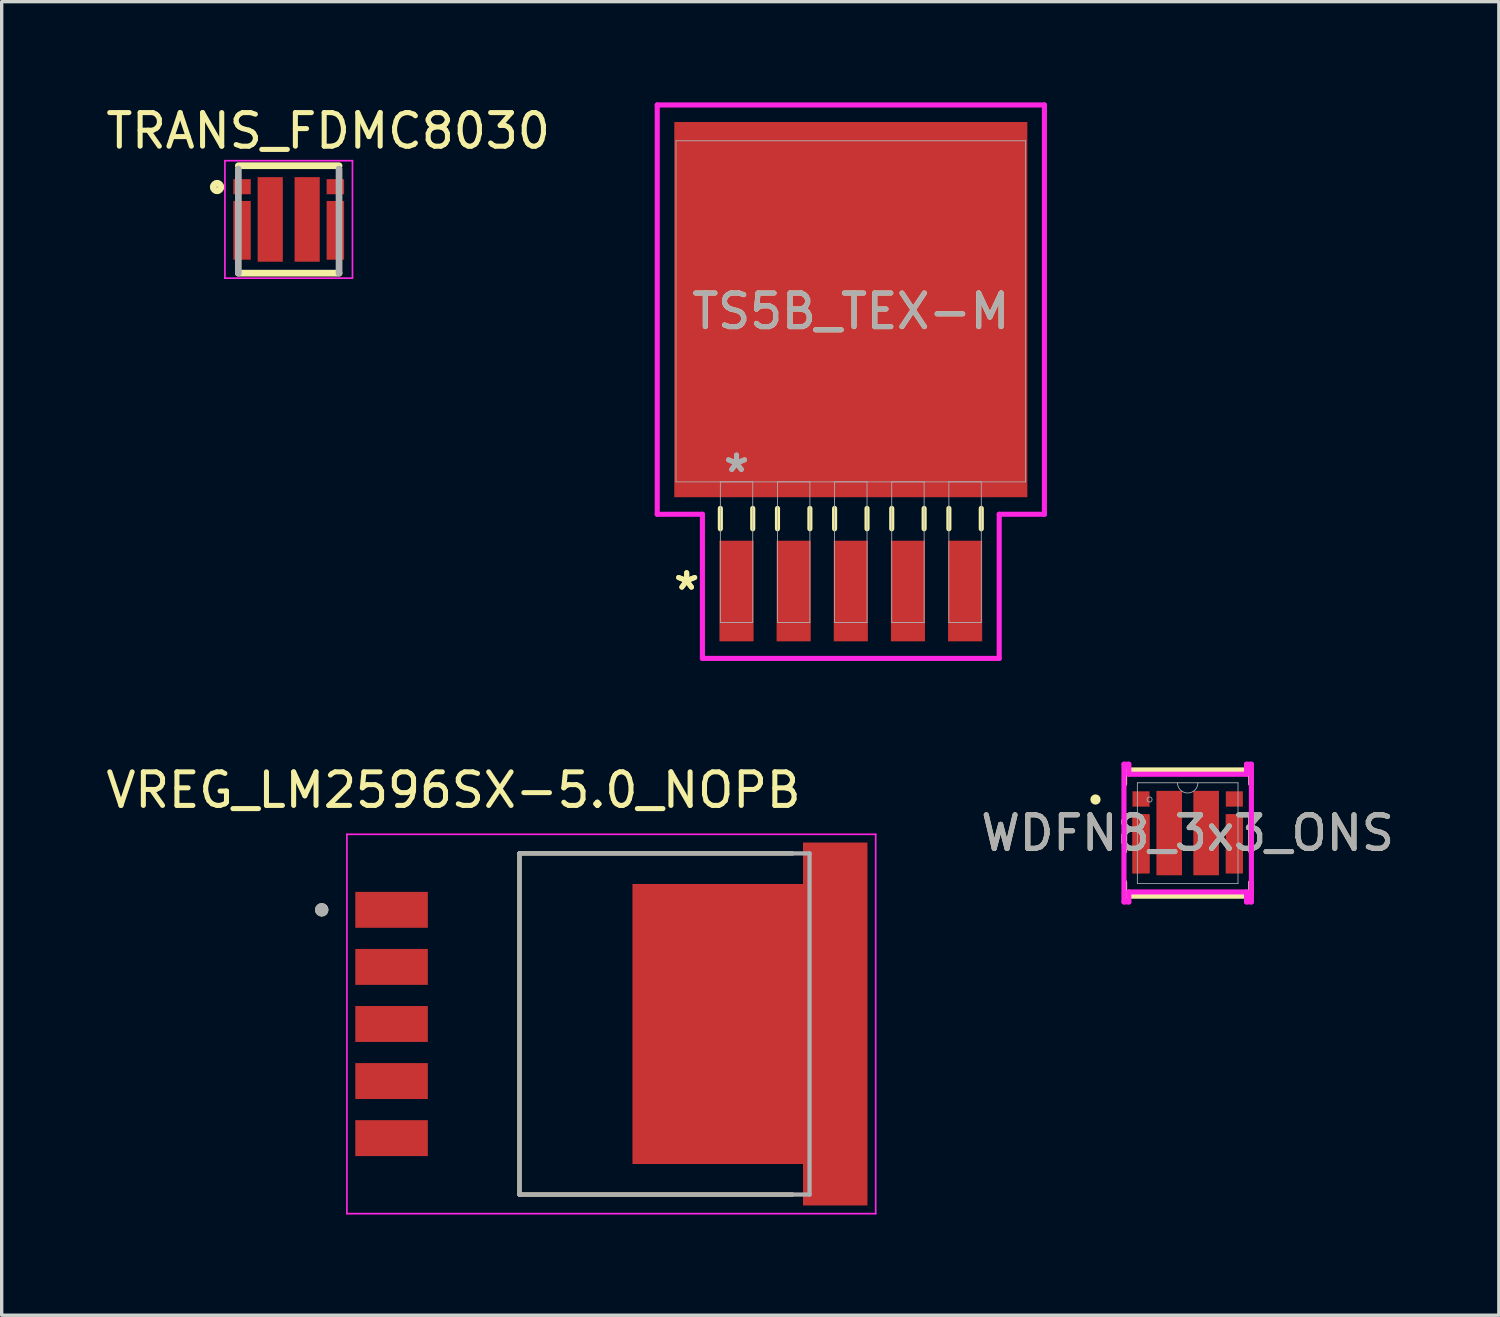
<source format=kicad_pcb>
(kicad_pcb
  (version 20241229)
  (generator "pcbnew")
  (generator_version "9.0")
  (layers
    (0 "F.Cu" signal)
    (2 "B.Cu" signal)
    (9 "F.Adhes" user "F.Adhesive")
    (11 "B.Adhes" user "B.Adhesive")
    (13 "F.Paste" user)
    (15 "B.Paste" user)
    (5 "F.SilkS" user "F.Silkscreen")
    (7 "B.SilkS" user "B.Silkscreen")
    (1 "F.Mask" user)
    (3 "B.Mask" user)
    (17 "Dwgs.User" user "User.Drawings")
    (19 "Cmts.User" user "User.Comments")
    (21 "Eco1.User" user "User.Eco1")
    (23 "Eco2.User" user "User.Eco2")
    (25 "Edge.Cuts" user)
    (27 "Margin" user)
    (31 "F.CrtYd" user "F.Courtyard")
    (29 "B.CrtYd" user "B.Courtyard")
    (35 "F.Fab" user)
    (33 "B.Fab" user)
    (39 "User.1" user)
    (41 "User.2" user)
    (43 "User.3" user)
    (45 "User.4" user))
  (footprint "TRANS_FDMC8030"
    (layer "F.Cu")
    (at 5.549 3.486)
    (property "Reference" "TRANS_FDMC8030" (at 1.176 -2.637 0) (layer "F.SilkS") (effects (font (size 1.001 1.001) (thickness 0.15))))
    (attr smd)
    (fp_line (start -1.5 1.6) (end 1.5 1.6) (stroke (width 0.2) (type solid)) (layer "F.SilkS"))
    (fp_line (start 1.5 -1.6) (end -1.5 -1.6) (stroke (width 0.2) (type solid)) (layer "F.SilkS"))
    (fp_circle (center -2.134 -0.965) (end -2.022 -0.965) (stroke (width 0.2) (type solid)) (fill no) (layer "F.SilkS"))
    (fp_line (start -1.9 -1.75) (end 1.9 -1.75) (stroke (width 0.05) (type solid)) (layer "F.CrtYd"))
    (fp_line (start -1.9 1.75) (end -1.9 -1.75) (stroke (width 0.05) (type solid)) (layer "F.CrtYd"))
    (fp_line (start 1.9 -1.75) (end 1.9 1.75) (stroke (width 0.05) (type solid)) (layer "F.CrtYd"))
    (fp_line (start 1.9 1.75) (end -1.9 1.75) (stroke (width 0.05) (type solid)) (layer "F.CrtYd"))
    (fp_line (start -1.499 -1.5) (end -1.5 1.6) (stroke (width 0.2) (type solid)) (layer "F.Fab"))
    (fp_line (start 1.5 1.6) (end 1.5 -1.5) (stroke (width 0.2) (type solid)) (layer "F.Fab"))
    (pad "1" smd rect (at -1.39 -0.975) (size 0.52 0.45) (layers "F.Cu" "F.Mask" "F.Paste"))
    (pad "4" smd rect (at -1.39 0.325) (size 0.52 1.75) (layers "F.Cu" "F.Mask" "F.Paste"))
    (pad "5" smd rect (at 1.39 0.325) (size 0.52 1.75) (layers "F.Cu" "F.Mask" "F.Paste"))
    (pad "8" smd rect (at 1.39 -0.975) (size 0.52 0.45) (layers "F.Cu" "F.Mask" "F.Paste"))
    (pad "9" smd rect (at 0.55 0) (size 0.75 2.52) (layers "F.Cu" "F.Mask" "F.Paste"))
    (pad "10" smd rect (at -0.55 0) (size 0.75 2.52) (layers "F.Cu" "F.Mask" "F.Paste")))
  (footprint "WDFN8_3x3_ONS"
    (layer "F.Cu")
    (at 32.326 21.764)
    (property "Reference" "WDFN8_3x3_ONS" (at 0 0 0) (unlocked yes) (layer "F.SilkS") (effects (font (size 1 1) (thickness 0.15))))
    (attr smd)
    (fp_poly (pts (xy -1.644 -0.559) (xy -1.136 -0.559) (xy -1.136 1.199) (xy -1.644 1.201)) (stroke (width 0) (type solid)) (fill yes) (layer "F.Cu"))
    (fp_poly (pts (xy 1.136 -0.559) (xy 1.644 -0.559) (xy 1.644 1.199) (xy 1.136 1.199)) (stroke (width 0) (type solid)) (fill yes) (layer "F.Cu"))
    (fp_poly (pts (xy -1.644 -1.245) (xy -1.644 -0.787) (xy -1.136 -0.787) (xy -1.136 -1.245)) (stroke (width 0) (type solid)) (fill yes) (layer "F.Mask"))
    (fp_poly (pts (xy -1.644 -0.559) (xy -1.136 -0.559) (xy -1.136 1.199) (xy -1.644 1.201)) (stroke (width 0) (type solid)) (fill yes) (layer "F.Mask"))
    (fp_poly (pts (xy -1.644 0.771) (xy -1.644 1.229) (xy -1.136 1.229) (xy -1.136 0.771)) (stroke (width 0) (type solid)) (fill yes) (layer "F.Mask"))
    (fp_poly (pts (xy 1.129 -1.245) (xy 1.129 -0.787) (xy 1.637 -0.787) (xy 1.637 -1.245)) (stroke (width 0) (type solid)) (fill yes) (layer "F.Mask"))
    (fp_poly (pts (xy 1.136 -0.559) (xy 1.644 -0.559) (xy 1.644 1.199) (xy 1.136 1.199)) (stroke (width 0) (type solid)) (fill yes) (layer "F.Mask"))
    (fp_poly (pts (xy 1.136 0.771) (xy 1.136 1.229) (xy 1.644 1.229) (xy 1.644 0.771)) (stroke (width 0) (type solid)) (fill yes) (layer "F.Mask"))
    (fp_line (start -1.88 -1.88) (end -1.88 -1.464) (stroke (width 0.152) (type solid)) (layer "F.SilkS"))
    (fp_line (start -1.88 -0.536) (end -1.88 0.536) (stroke (width 0.152) (type solid)) (layer "F.SilkS"))
    (fp_line (start -1.88 1.464) (end -1.88 1.88) (stroke (width 0.152) (type solid)) (layer "F.SilkS"))
    (fp_line (start -1.88 1.88) (end 1.88 1.88) (stroke (width 0.152) (type solid)) (layer "F.SilkS"))
    (fp_line (start 1.88 -1.88) (end -1.88 -1.88) (stroke (width 0.152) (type solid)) (layer "F.SilkS"))
    (fp_line (start 1.88 -1.464) (end 1.88 -1.88) (stroke (width 0.152) (type solid)) (layer "F.SilkS"))
    (fp_line (start 1.88 0.536) (end 1.88 -0.536) (stroke (width 0.152) (type solid)) (layer "F.SilkS"))
    (fp_line (start 1.88 1.88) (end 1.88 1.464) (stroke (width 0.152) (type solid)) (layer "F.SilkS"))
    (fp_circle (center -2.746 -1) (end -2.669 -1) (stroke (width 0.152) (type solid)) (fill no) (layer "F.SilkS"))
    (fp_poly (pts (xy -1.644 -1.245) (xy -1.644 -0.787) (xy -1.136 -0.787) (xy -1.136 -1.245)) (stroke (width 0) (type solid)) (fill yes) (layer "F.Paste"))
    (fp_poly (pts (xy -1.644 -0.559) (xy -1.136 -0.559) (xy -1.136 1.199) (xy -1.644 1.201)) (stroke (width 0) (type solid)) (fill yes) (layer "F.Paste"))
    (fp_poly (pts (xy -1.644 0.771) (xy -1.644 1.229) (xy -1.136 1.229) (xy -1.136 0.771)) (stroke (width 0) (type solid)) (fill yes) (layer "F.Paste"))
    (fp_poly (pts (xy -0.381 -1.257) (xy -0.381 1.257) (xy 0.381 1.257) (xy 0.381 -1.257)) (stroke (width 0) (type solid)) (fill yes) (layer "F.Paste"))
    (fp_poly (pts (xy 1.129 -1.245) (xy 1.129 -0.787) (xy 1.637 -0.787) (xy 1.637 -1.245)) (stroke (width 0) (type solid)) (fill yes) (layer "F.Paste"))
    (fp_poly (pts (xy 1.136 -0.559) (xy 1.644 -0.559) (xy 1.644 1.199) (xy 1.136 1.199)) (stroke (width 0) (type solid)) (fill yes) (layer "F.Paste"))
    (fp_poly (pts (xy 1.136 0.771) (xy 1.136 1.229) (xy 1.644 1.229) (xy 1.644 0.771)) (stroke (width 0) (type solid)) (fill yes) (layer "F.Paste"))
    (fp_line (start -1.898 -2.051) (end -1.753 -2.051) (stroke (width 0.152) (type solid)) (layer "F.CrtYd"))
    (fp_line (start -1.898 2.051) (end -1.898 -2.051) (stroke (width 0.152) (type solid)) (layer "F.CrtYd"))
    (fp_line (start -1.898 2.051) (end -1.753 2.051) (stroke (width 0.152) (type solid)) (layer "F.CrtYd"))
    (fp_line (start -1.753 -2.051) (end -1.753 -1.753) (stroke (width 0.152) (type solid)) (layer "F.CrtYd"))
    (fp_line (start -1.753 -1.753) (end 1.753 -1.753) (stroke (width 0.152) (type solid)) (layer "F.CrtYd"))
    (fp_line (start -1.753 1.753) (end -1.753 2.051) (stroke (width 0.152) (type solid)) (layer "F.CrtYd"))
    (fp_line (start 1.753 -1.753) (end 1.753 -2.051) (stroke (width 0.152) (type solid)) (layer "F.CrtYd"))
    (fp_line (start 1.753 1.753) (end -1.753 1.753) (stroke (width 0.152) (type solid)) (layer "F.CrtYd"))
    (fp_line (start 1.753 2.051) (end 1.753 1.753) (stroke (width 0.152) (type solid)) (layer "F.CrtYd"))
    (fp_line (start 1.898 -2.051) (end 1.753 -2.051) (stroke (width 0.152) (type solid)) (layer "F.CrtYd"))
    (fp_line (start 1.898 -2.051) (end 1.898 2.051) (stroke (width 0.152) (type solid)) (layer "F.CrtYd"))
    (fp_line (start 1.898 2.051) (end 1.753 2.051) (stroke (width 0.152) (type solid)) (layer "F.CrtYd"))
    (fp_line (start -1.499 -1.499) (end -1.499 1.499) (stroke (width 0.025) (type solid)) (layer "F.Fab"))
    (fp_line (start -1.499 1.499) (end 1.499 1.499) (stroke (width 0.025) (type solid)) (layer "F.Fab"))
    (fp_line (start 1.499 -1.499) (end -1.499 -1.499) (stroke (width 0.025) (type solid)) (layer "F.Fab"))
    (fp_line (start 1.499 1.499) (end 1.499 -1.499) (stroke (width 0.025) (type solid)) (layer "F.Fab"))
    (fp_arc (start 0.3048 -1.4986) (mid 0 -1.1938) (end -0.3048 -1.4986) (stroke (width 0.0254) (type solid)) (layer "F.Fab"))
    (fp_circle (center -1.136 -1) (end -1.06 -1) (stroke (width 0.025) (type solid)) (fill no) (layer "F.Fab"))
    (fp_text user "${REFERENCE}" (at 0 0 0) (unlocked yes) (layer "F.Fab") (effects (font (size 1 1) (thickness 0.15))))
    (pad "1" smd rect (at -1.39 -1.016) (size 0.508 0.457) (layers "F.Cu" "F.Mask" "F.Paste"))
    (pad "2" smd rect (at -1.39 0.32) (size 0.508 1.757) (layers "F.Cu" "F.Mask" "F.Paste"))
    (pad "7" smd rect (at 1.39 0.317) (size 0.508 1.762) (layers "F.Cu" "F.Mask" "F.Paste"))
    (pad "8" smd rect (at 1.39 -1.016) (size 0.508 0.457) (layers "F.Cu" "F.Mask" "F.Paste"))
    (pad "9" smd rect (at 0.55 0) (size 0.762 2.515) (layers "F.Cu" "F.Mask"))
    (pad "10" smd rect (at -0.55 0) (size 0.762 2.515) (layers "F.Cu" "F.Mask")))
  (footprint "VREG_LM2596SX-5.0_NOPB"
    (layer "F.Cu")
    (at 15.158 27.45)
    (property "Reference" "VREG_LM2596SX-5.0_NOPB" (at -4.7 -6.965 0) (layer "F.SilkS") (effects (font (size 1 1) (thickness 0.15))))
    (attr smd)
    (fp_poly (pts (xy 0.535 -4.265) (xy 0.535 4.265) (xy 5.615 4.265) (xy 5.615 5.5) (xy 7.725 5.5) (xy 7.725 -5.5) (xy 5.615 -5.5) (xy 5.615 -4.265)) (stroke (width 0.01) (type solid)) (fill yes) (layer "F.Mask"))
    (fp_line (start -2.735 -5.08) (end -2.735 5.08) (stroke (width 0.127) (type solid)) (layer "F.SilkS"))
    (fp_line (start -2.735 5.08) (end 5.395 5.08) (stroke (width 0.127) (type solid)) (layer "F.SilkS"))
    (fp_line (start 5.395 -5.08) (end -2.735 -5.08) (stroke (width 0.127) (type solid)) (layer "F.SilkS"))
    (fp_circle (center -8.625 -3.4) (end -8.525 -3.4) (stroke (width 0.2) (type solid)) (fill no) (layer "F.SilkS"))
    (fp_poly (pts (xy 1.205 -3.875) (xy 2.605 -3.875) (xy 2.605 -2.365) (xy 1.205 -2.365)) (stroke (width 0.01) (type solid)) (fill yes) (layer "F.Paste"))
    (fp_poly (pts (xy 1.205 -1.795) (xy 2.605 -1.795) (xy 2.605 -0.285) (xy 1.205 -0.285)) (stroke (width 0.01) (type solid)) (fill yes) (layer "F.Paste"))
    (fp_poly (pts (xy 1.205 0.285) (xy 2.605 0.285) (xy 2.605 1.795) (xy 1.205 1.795)) (stroke (width 0.01) (type solid)) (fill yes) (layer "F.Paste"))
    (fp_poly (pts (xy 1.205 2.365) (xy 2.605 2.365) (xy 2.605 3.875) (xy 1.205 3.875)) (stroke (width 0.01) (type solid)) (fill yes) (layer "F.Paste"))
    (fp_poly (pts (xy 3.745 -3.875) (xy 5.145 -3.875) (xy 5.145 -2.365) (xy 3.745 -2.365)) (stroke (width 0.01) (type solid)) (fill yes) (layer "F.Paste"))
    (fp_poly (pts (xy 3.745 -1.795) (xy 5.145 -1.795) (xy 5.145 -0.285) (xy 3.745 -0.285)) (stroke (width 0.01) (type solid)) (fill yes) (layer "F.Paste"))
    (fp_poly (pts (xy 3.745 0.285) (xy 5.145 0.285) (xy 5.145 1.795) (xy 3.745 1.795)) (stroke (width 0.01) (type solid)) (fill yes) (layer "F.Paste"))
    (fp_poly (pts (xy 3.745 2.365) (xy 5.145 2.365) (xy 5.145 3.875) (xy 3.745 3.875)) (stroke (width 0.01) (type solid)) (fill yes) (layer "F.Paste"))
    (fp_poly (pts (xy 6.245 -5.335) (xy 7.095 -5.335) (xy 7.095 -4.115) (xy 6.245 -4.115)) (stroke (width 0.01) (type solid)) (fill yes) (layer "F.Paste"))
    (fp_poly (pts (xy 6.245 -3.985) (xy 7.095 -3.985) (xy 7.095 -2.765) (xy 6.245 -2.765)) (stroke (width 0.01) (type solid)) (fill yes) (layer "F.Paste"))
    (fp_poly (pts (xy 6.245 -2.635) (xy 7.095 -2.635) (xy 7.095 -1.415) (xy 6.245 -1.415)) (stroke (width 0.01) (type solid)) (fill yes) (layer "F.Paste"))
    (fp_poly (pts (xy 6.245 -1.285) (xy 7.095 -1.285) (xy 7.095 -0.065) (xy 6.245 -0.065)) (stroke (width 0.01) (type solid)) (fill yes) (layer "F.Paste"))
    (fp_poly (pts (xy 6.245 0.065) (xy 7.095 0.065) (xy 7.095 1.285) (xy 6.245 1.285)) (stroke (width 0.01) (type solid)) (fill yes) (layer "F.Paste"))
    (fp_poly (pts (xy 6.245 1.415) (xy 7.095 1.415) (xy 7.095 2.635) (xy 6.245 2.635)) (stroke (width 0.01) (type solid)) (fill yes) (layer "F.Paste"))
    (fp_poly (pts (xy 6.245 2.765) (xy 7.095 2.765) (xy 7.095 3.985) (xy 6.245 3.985)) (stroke (width 0.01) (type solid)) (fill yes) (layer "F.Paste"))
    (fp_poly (pts (xy 6.245 4.115) (xy 7.095 4.115) (xy 7.095 5.335) (xy 6.245 5.335)) (stroke (width 0.01) (type solid)) (fill yes) (layer "F.Paste"))
    (fp_line (start -7.875 -5.65) (end -7.875 5.65) (stroke (width 0.05) (type solid)) (layer "F.CrtYd"))
    (fp_line (start -7.875 5.65) (end 7.875 5.65) (stroke (width 0.05) (type solid)) (layer "F.CrtYd"))
    (fp_line (start 7.875 -5.65) (end -7.875 -5.65) (stroke (width 0.05) (type solid)) (layer "F.CrtYd"))
    (fp_line (start 7.875 5.65) (end 7.875 -5.65) (stroke (width 0.05) (type solid)) (layer "F.CrtYd"))
    (fp_line (start -2.735 -5.08) (end -2.735 5.08) (stroke (width 0.127) (type solid)) (layer "F.Fab"))
    (fp_line (start -2.735 5.08) (end 5.905 5.08) (stroke (width 0.127) (type solid)) (layer "F.Fab"))
    (fp_line (start 5.905 -5.08) (end -2.735 -5.08) (stroke (width 0.127) (type solid)) (layer "F.Fab"))
    (fp_line (start 5.905 5.08) (end 5.905 -5.08) (stroke (width 0.127) (type solid)) (layer "F.Fab"))
    (fp_circle (center -8.625 -3.4) (end -8.525 -3.4) (stroke (width 0.2) (type solid)) (fill no) (layer "F.Fab"))
    (pad "1" smd rect (at -6.545 -3.4) (size 2.16 1.07) (layers "F.Cu" "F.Mask" "F.Paste"))
    (pad "2" smd rect (at -6.545 -1.7) (size 2.16 1.07) (layers "F.Cu" "F.Mask" "F.Paste"))
    (pad "3" smd rect (at -6.545 0) (size 2.16 1.07) (layers "F.Cu" "F.Mask" "F.Paste"))
    (pad "4" smd rect (at -6.545 1.7) (size 2.16 1.07) (layers "F.Cu" "F.Mask" "F.Paste"))
    (pad "5" smd rect (at -6.545 3.4) (size 2.16 1.07) (layers "F.Cu" "F.Mask" "F.Paste"))
    (pad "6" smd custom (at 6.67 0) (size 0.5 0.5) (layers "F.Cu") (options (anchor rect)) (primitives (gr_poly (pts (xy -6.035 -4.165) (xy -6.035 4.165) (xy -0.955 4.165) (xy -0.955 5.4) (xy 0.955 5.4) (xy 0.955 -5.4) (xy -0.955 -5.4) (xy -0.955 -4.165)) (width 0.01) (fill yes)))))
  (footprint "TS5B_TEX-M"
    (layer "F.Cu")
    (at 22.292 6.223)
    (property "Reference" "TS5B_TEX-M" (at 0 0 0) (unlocked yes) (layer "F.SilkS") (effects (font (size 1 1) (thickness 0.15))))
    (attr smd)
    (fp_line (start -3.886 5.87) (end -3.886 6.477) (stroke (width 0.152) (type solid)) (layer "F.SilkS"))
    (fp_line (start -2.921 5.87) (end -2.921 6.477) (stroke (width 0.152) (type solid)) (layer "F.SilkS"))
    (fp_line (start -2.184 5.87) (end -2.184 6.477) (stroke (width 0.152) (type solid)) (layer "F.SilkS"))
    (fp_line (start -1.219 5.87) (end -1.219 6.477) (stroke (width 0.152) (type solid)) (layer "F.SilkS"))
    (fp_line (start -0.483 5.87) (end -0.483 6.477) (stroke (width 0.152) (type solid)) (layer "F.SilkS"))
    (fp_line (start 0.483 5.87) (end 0.483 6.477) (stroke (width 0.152) (type solid)) (layer "F.SilkS"))
    (fp_line (start 1.219 5.87) (end 1.219 6.477) (stroke (width 0.152) (type solid)) (layer "F.SilkS"))
    (fp_line (start 2.184 5.87) (end 2.184 6.477) (stroke (width 0.152) (type solid)) (layer "F.SilkS"))
    (fp_line (start 2.921 5.87) (end 2.921 6.477) (stroke (width 0.152) (type solid)) (layer "F.SilkS"))
    (fp_line (start 3.886 5.87) (end 3.886 6.477) (stroke (width 0.152) (type solid)) (layer "F.SilkS"))
    (fp_line (start -5.766 -6.147) (end 5.766 -6.147) (stroke (width 0.152) (type solid)) (layer "F.CrtYd"))
    (fp_line (start -5.766 6.045) (end -5.766 -6.147) (stroke (width 0.152) (type solid)) (layer "F.CrtYd"))
    (fp_line (start -4.42 6.045) (end -5.766 6.045) (stroke (width 0.152) (type solid)) (layer "F.CrtYd"))
    (fp_line (start -4.42 10.338) (end -4.42 6.045) (stroke (width 0.152) (type solid)) (layer "F.CrtYd"))
    (fp_line (start 4.42 6.045) (end 4.42 10.338) (stroke (width 0.152) (type solid)) (layer "F.CrtYd"))
    (fp_line (start 4.42 10.338) (end -4.42 10.338) (stroke (width 0.152) (type solid)) (layer "F.CrtYd"))
    (fp_line (start 5.766 -6.147) (end 5.766 6.045) (stroke (width 0.152) (type solid)) (layer "F.CrtYd"))
    (fp_line (start 5.766 6.045) (end 4.42 6.045) (stroke (width 0.152) (type solid)) (layer "F.CrtYd"))
    (fp_line (start -5.207 -5.08) (end -5.207 5.08) (stroke (width 0.025) (type solid)) (layer "F.Fab"))
    (fp_line (start -5.207 5.08) (end 5.207 5.08) (stroke (width 0.025) (type solid)) (layer "F.Fab"))
    (fp_line (start -3.886 5.08) (end -3.886 9.271) (stroke (width 0.025) (type solid)) (layer "F.Fab"))
    (fp_line (start -3.886 9.271) (end -2.921 9.271) (stroke (width 0.025) (type solid)) (layer "F.Fab"))
    (fp_line (start -2.921 5.08) (end -3.886 5.08) (stroke (width 0.025) (type solid)) (layer "F.Fab"))
    (fp_line (start -2.921 9.271) (end -2.921 5.08) (stroke (width 0.025) (type solid)) (layer "F.Fab"))
    (fp_line (start -2.184 5.08) (end -2.184 9.271) (stroke (width 0.025) (type solid)) (layer "F.Fab"))
    (fp_line (start -2.184 9.271) (end -1.219 9.271) (stroke (width 0.025) (type solid)) (layer "F.Fab"))
    (fp_line (start -1.219 5.08) (end -2.184 5.08) (stroke (width 0.025) (type solid)) (layer "F.Fab"))
    (fp_line (start -1.219 9.271) (end -1.219 5.08) (stroke (width 0.025) (type solid)) (layer "F.Fab"))
    (fp_line (start -0.483 5.08) (end -0.483 9.271) (stroke (width 0.025) (type solid)) (layer "F.Fab"))
    (fp_line (start -0.483 9.271) (end 0.483 9.271) (stroke (width 0.025) (type solid)) (layer "F.Fab"))
    (fp_line (start 0.483 5.08) (end -0.483 5.08) (stroke (width 0.025) (type solid)) (layer "F.Fab"))
    (fp_line (start 0.483 9.271) (end 0.483 5.08) (stroke (width 0.025) (type solid)) (layer "F.Fab"))
    (fp_line (start 1.219 5.08) (end 1.219 9.271) (stroke (width 0.025) (type solid)) (layer "F.Fab"))
    (fp_line (start 1.219 9.271) (end 2.184 9.271) (stroke (width 0.025) (type solid)) (layer "F.Fab"))
    (fp_line (start 2.184 5.08) (end 1.219 5.08) (stroke (width 0.025) (type solid)) (layer "F.Fab"))
    (fp_line (start 2.184 9.271) (end 2.184 5.08) (stroke (width 0.025) (type solid)) (layer "F.Fab"))
    (fp_line (start 2.921 5.08) (end 2.921 9.271) (stroke (width 0.025) (type solid)) (layer "F.Fab"))
    (fp_line (start 2.921 9.271) (end 3.886 9.271) (stroke (width 0.025) (type solid)) (layer "F.Fab"))
    (fp_line (start 3.886 5.08) (end 2.921 5.08) (stroke (width 0.025) (type solid)) (layer "F.Fab"))
    (fp_line (start 3.886 9.271) (end 3.886 5.08) (stroke (width 0.025) (type solid)) (layer "F.Fab"))
    (fp_line (start 5.207 -5.08) (end -5.207 -5.08) (stroke (width 0.025) (type solid)) (layer "F.Fab"))
    (fp_line (start 5.207 5.08) (end 5.207 -5.08) (stroke (width 0.025) (type solid)) (layer "F.Fab"))
    (fp_text user "*" (at -4.889 8.331 0) (unlocked yes) (layer "F.SilkS") (effects (font (size 1 1) (thickness 0.15))))
    (fp_text user "*" (at -4.889 8.331 0) (layer "F.SilkS") (effects (font (size 1 1) (thickness 0.15))))
    (fp_text user "${REFERENCE}" (at 0 0 0) (unlocked yes) (layer "F.Fab") (effects (font (size 1 1) (thickness 0.15))))
    (fp_text user "*" (at -3.404 4.826 0) (unlocked yes) (layer "F.Fab") (effects (font (size 1 1) (thickness 0.15))))
    (fp_text user "*" (at -3.404 4.826 0) (layer "F.Fab") (effects (font (size 1 1) (thickness 0.15))))
    (pad "1" smd rect (at -3.404 8.331) (size 1.016 2.997) (layers "F.Cu" "F.Mask" "F.Paste"))
    (pad "2" smd rect (at -1.702 8.331) (size 1.016 2.997) (layers "F.Cu" "F.Mask" "F.Paste"))
    (pad "3" smd rect (at 0 8.331) (size 1.016 2.997) (layers "F.Cu" "F.Mask" "F.Paste"))
    (pad "4" smd rect (at 1.702 8.331) (size 1.016 2.997) (layers "F.Cu" "F.Mask" "F.Paste"))
    (pad "5" smd rect (at 3.404 8.331) (size 1.016 2.997) (layers "F.Cu" "F.Mask" "F.Paste"))
    (pad "6" smd rect (at 0 -0.051) (size 10.516 11.176) (layers "F.Cu" "F.Mask" "F.Paste")))
  (gr_rect
    (start -3 -3)
    (end 41.594 36.125)
    (stroke (width 0.1) (type default))
    (fill no)
    (layer "Edge.Cuts")))
</source>
